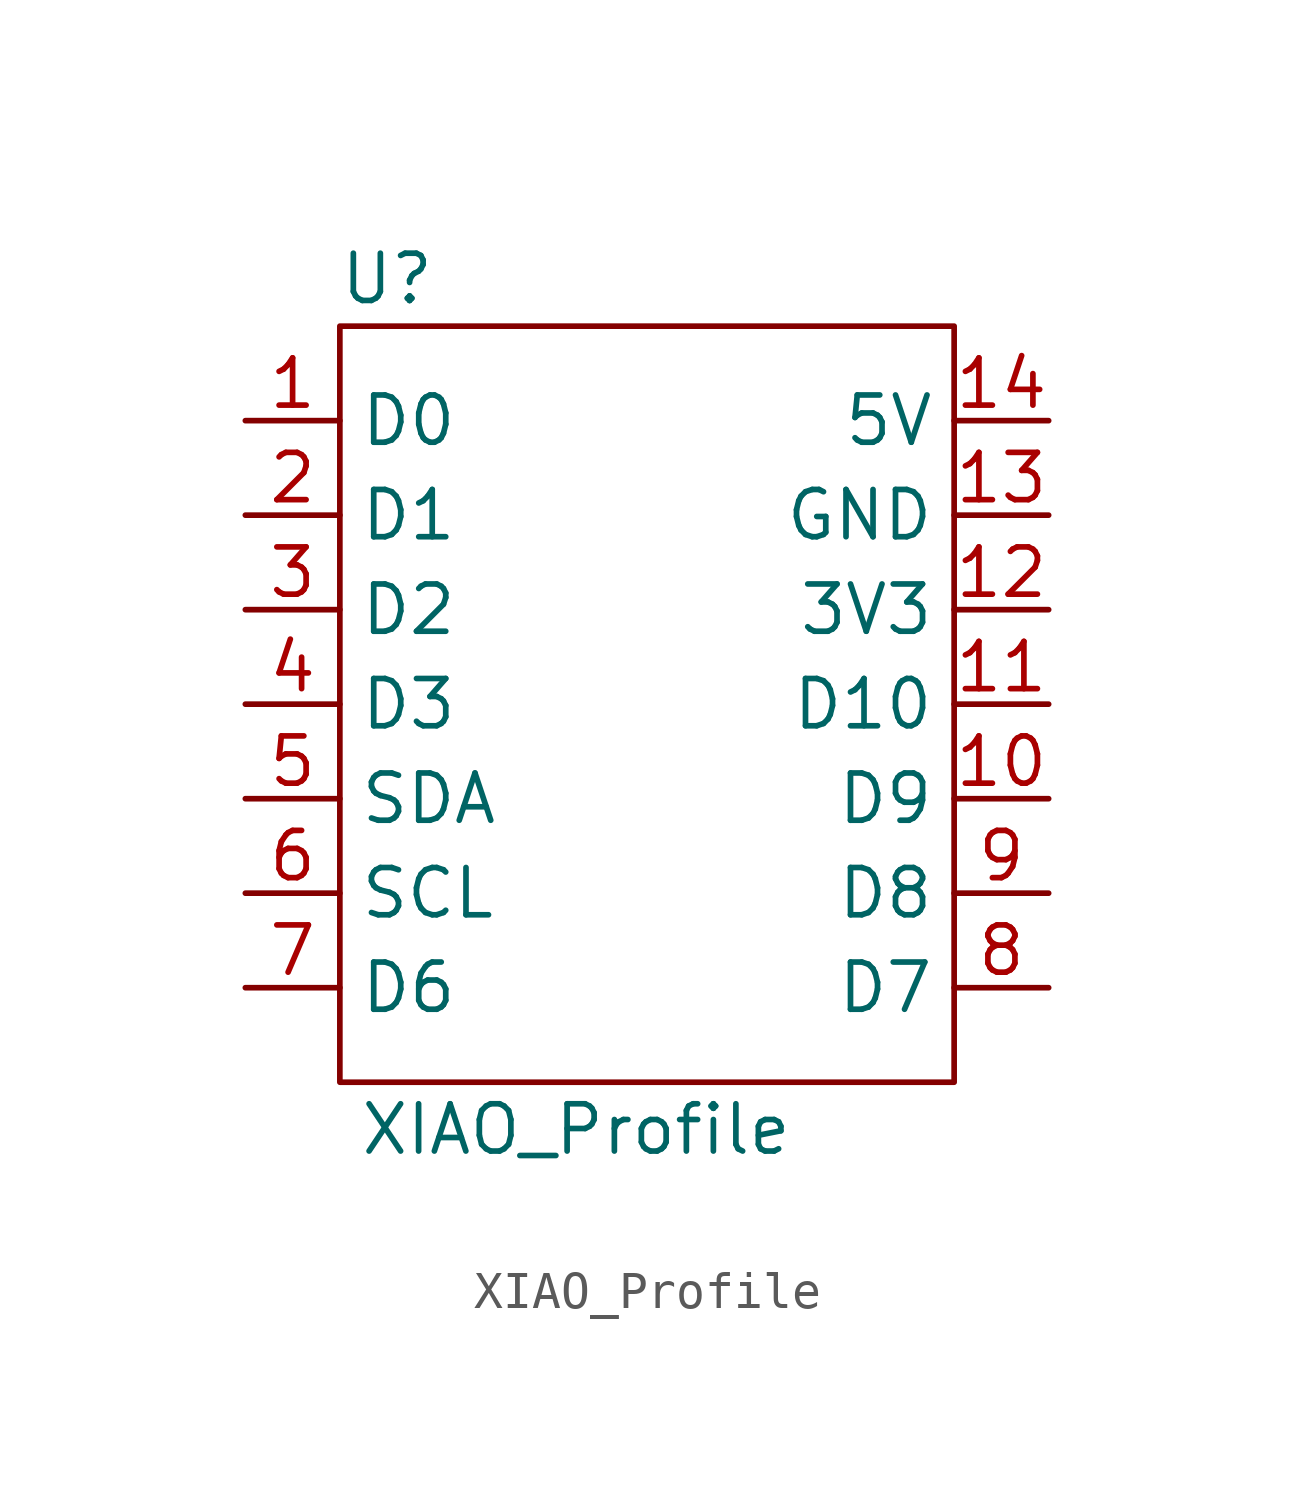
<source format=kicad_sym>
(kicad_symbol_lib
  (version 20211014)
  (generator kicad_symbol_editor)
  (symbol "XIAO_Profile"
    (property "Reference" "U"
      (at 1.27 1.27 0)
      (effects (font (size 1.27 1.27))))
    (property "Value" "XIAO_Profile"
      (at 6.35 -21.59 0)
      (effects (font (size 1.27 1.27))))
    (symbol "XIAO_Profile_0_1"
      (rectangle (start 0 0) (end 16.51 -20.32) (stroke (width 0) (type default) (color 0 0 0 0)) (fill (type none))))
    (symbol "XIAO_Profile_1_1"
      (pin bidirectional line (at -2.54 -2.54 0) (length 2.54) (name "D0" (effects (font (size 1.27 1.27)))) (number "1" (effects (font (size 1.27 1.27)))))
      (pin bidirectional line (at 19.05 -12.7 180) (length 2.54) (name "D9" (effects (font (size 1.27 1.27)))) (number "10" (effects (font (size 1.27 1.27)))))
      (pin bidirectional line (at 19.05 -10.16 180) (length 2.54) (name "D10" (effects (font (size 1.27 1.27)))) (number "11" (effects (font (size 1.27 1.27)))))
      (pin power_out line (at 19.05 -7.62 180) (length 2.54) (name "3V3" (effects (font (size 1.27 1.27)))) (number "12" (effects (font (size 1.27 1.27)))))
      (pin power_out line (at 19.05 -5.08 180) (length 2.54) (name "GND" (effects (font (size 1.27 1.27)))) (number "13" (effects (font (size 1.27 1.27)))))
      (pin power_out line (at 19.05 -2.54 180) (length 2.54) (name "5V" (effects (font (size 1.27 1.27)))) (number "14" (effects (font (size 1.27 1.27)))))
      (pin bidirectional line (at -2.54 -5.08 0) (length 2.54) (name "D1" (effects (font (size 1.27 1.27)))) (number "2" (effects (font (size 1.27 1.27)))))
      (pin bidirectional line (at -2.54 -7.62 0) (length 2.54) (name "D2" (effects (font (size 1.27 1.27)))) (number "3" (effects (font (size 1.27 1.27)))))
      (pin bidirectional line (at -2.54 -10.16 0) (length 2.54) (name "D3" (effects (font (size 1.27 1.27)))) (number "4" (effects (font (size 1.27 1.27)))))
      (pin bidirectional line (at -2.54 -12.7 0) (length 2.54) (name "SDA" (effects (font (size 1.27 1.27)))) (number "5" (effects (font (size 1.27 1.27)))))
      (pin bidirectional line (at -2.54 -15.24 0) (length 2.54) (name "SCL" (effects (font (size 1.27 1.27)))) (number "6" (effects (font (size 1.27 1.27)))))
      (pin bidirectional line (at -2.54 -17.78 0) (length 2.54) (name "D6" (effects (font (size 1.27 1.27)))) (number "7" (effects (font (size 1.27 1.27)))))
      (pin bidirectional line (at 19.05 -17.78 180) (length 2.54) (name "D7" (effects (font (size 1.27 1.27)))) (number "8" (effects (font (size 1.27 1.27)))))
      (pin bidirectional line (at 19.05 -15.24 180) (length 2.54) (name "D8" (effects (font (size 1.27 1.27)))) (number "9" (effects (font (size 1.27 1.27))))))))
</source>
